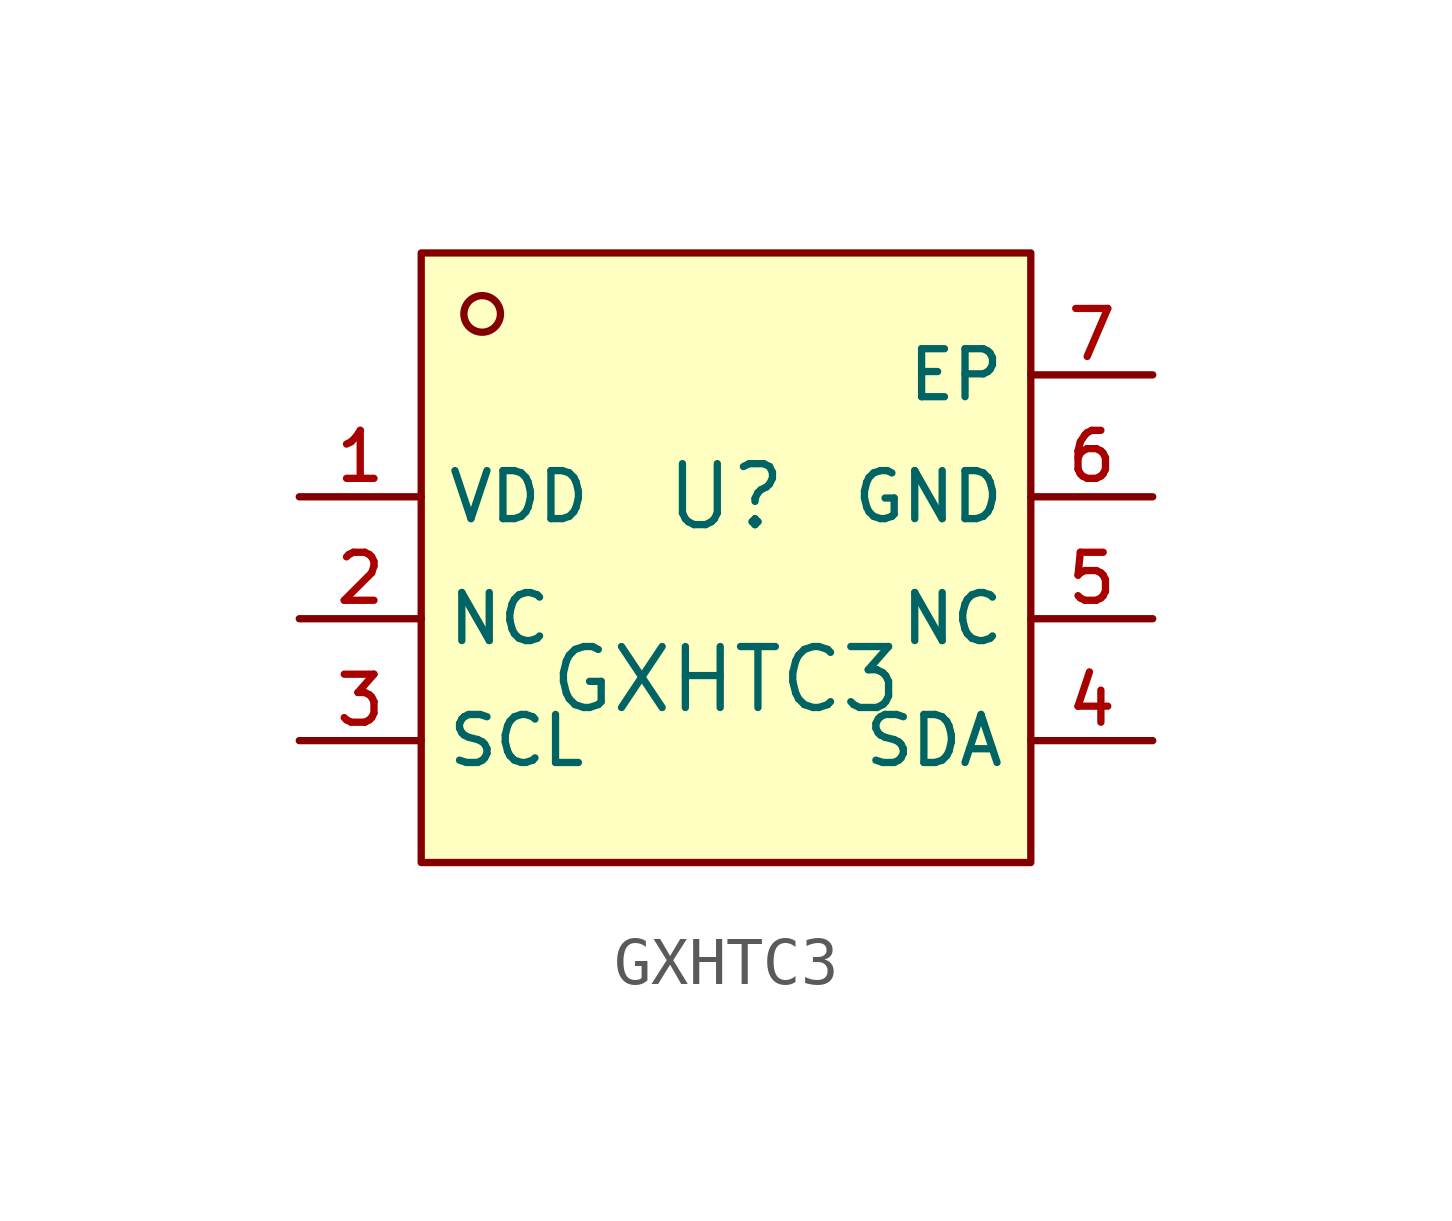
<source format=kicad_sym>
(kicad_symbol_lib
  (version 20210201)
  (generator TousstNicolas/JLC2KiCad_lib)
  (symbol "GXHTC3"
    (property "Reference" "U"
      (at 0 1.27 0)
      (effects (font (size 1.27 1.27))))
    (property "Value" "GXHTC3"
      (at 0 -2.54 0)
      (effects (font (size 1.27 1.27))))
    (symbol "GXHTC3_0_1"
      (rectangle (start -6.35 6.35) (end 6.35 -6.35) (stroke (width 0) (type default) (color 0 0 0 0)) (fill (type background)))
      (circle (center -5.08 5.08) (radius 0.381) (stroke (width 0) (type default) (color 0 0 0 0)) (fill (type background)))
      (pin unspecified line (at -8.89 1.27 0) (length 2.54) (name "VDD" (effects (font (size 1 1)))) (number "1" (effects (font (size 1 1)))))
      (pin unspecified line (at -8.89 -1.27 0) (length 2.54) (name "NC" (effects (font (size 1 1)))) (number "2" (effects (font (size 1 1)))))
      (pin unspecified line (at -8.89 -3.81 0) (length 2.54) (name "SCL" (effects (font (size 1 1)))) (number "3" (effects (font (size 1 1)))))
      (pin unspecified line (at 8.89 -3.81 180) (length 2.54) (name "SDA" (effects (font (size 1 1)))) (number "4" (effects (font (size 1 1)))))
      (pin unspecified line (at 8.89 -1.27 180) (length 2.54) (name "NC" (effects (font (size 1 1)))) (number "5" (effects (font (size 1 1)))))
      (pin unspecified line (at 8.89 1.27 180) (length 2.54) (name "GND" (effects (font (size 1 1)))) (number "6" (effects (font (size 1 1)))))
      (pin unspecified line (at 8.89 3.81 180) (length 2.54) (name "EP" (effects (font (size 1 1)))) (number "7" (effects (font (size 1 1))))))))
</source>
